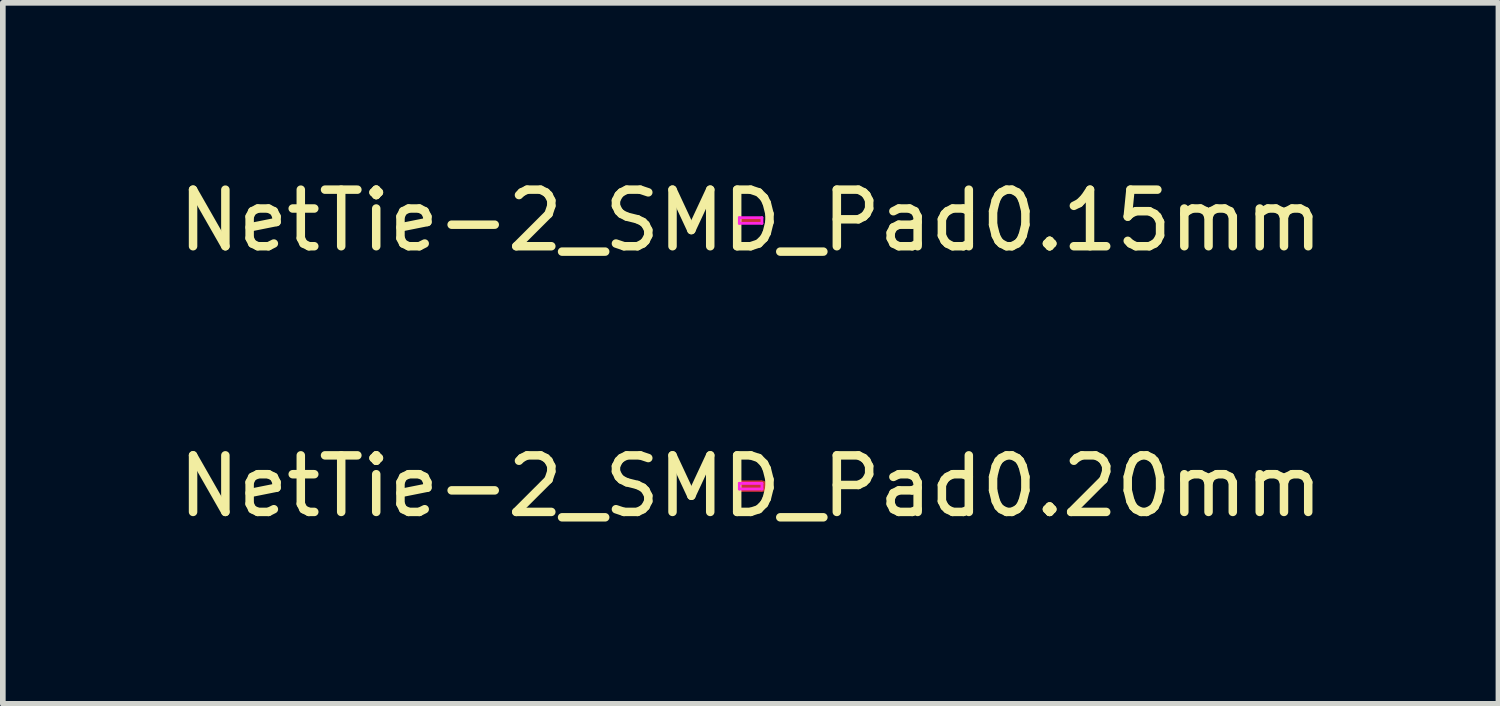
<source format=kicad_pcb>
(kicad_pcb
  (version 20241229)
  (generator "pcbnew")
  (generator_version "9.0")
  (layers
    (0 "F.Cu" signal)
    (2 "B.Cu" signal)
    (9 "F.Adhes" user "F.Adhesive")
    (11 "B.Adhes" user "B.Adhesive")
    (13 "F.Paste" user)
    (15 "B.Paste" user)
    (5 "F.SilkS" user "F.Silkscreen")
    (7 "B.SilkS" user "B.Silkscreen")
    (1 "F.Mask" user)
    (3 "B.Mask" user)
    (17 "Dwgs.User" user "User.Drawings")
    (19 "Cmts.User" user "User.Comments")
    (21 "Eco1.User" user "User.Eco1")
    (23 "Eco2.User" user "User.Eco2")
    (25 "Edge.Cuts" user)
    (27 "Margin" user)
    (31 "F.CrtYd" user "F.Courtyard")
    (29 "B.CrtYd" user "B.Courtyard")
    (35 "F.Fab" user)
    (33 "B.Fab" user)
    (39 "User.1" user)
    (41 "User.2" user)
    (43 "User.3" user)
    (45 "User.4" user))
  (footprint "NetTie-2_SMD_Pad0.15mm"
    (layer "F.Cu")
    (at 10.22 0.848)
    (property "Reference" "NetTie-2_SMD_Pad0.15mm" (at 0 0 0) (layer "F.SilkS") (effects (font (size 1 1) (thickness 0.15))))
    (attr exclude_from_pos_files exclude_from_bom)
    (fp_poly (pts (xy -0.15 -0.045) (xy 0.15 -0.045) (xy 0.15 0.045) (xy -0.15 0.045)) (stroke (width 0.01) (type solid)) (fill yes) (layer "F.Cu"))
    (fp_line (start -0.2 -0.05) (end 0.2 -0.05) (stroke (width 0.05) (type solid)) (layer "F.CrtYd"))
    (fp_line (start -0.2 0.05) (end -0.2 -0.05) (stroke (width 0.05) (type solid)) (layer "F.CrtYd"))
    (fp_line (start 0.2 -0.05) (end 0.2 0.05) (stroke (width 0.05) (type solid)) (layer "F.CrtYd"))
    (fp_line (start 0.2 0.05) (end -0.2 0.05) (stroke (width 0.05) (type solid)) (layer "F.CrtYd"))
    (pad "1" smd circle (at -0.15 0) (size 0.1 0.1) (layers "F.Cu"))
    (pad "2" smd circle (at 0.15 0) (size 0.1 0.1) (layers "F.Cu")))
  (footprint "NetTie-2_SMD_Pad0.20mm"
    (layer "F.Cu")
    (at 10.22 5.545)
    (property "Reference" "NetTie-2_SMD_Pad0.20mm" (at 0 0 0) (layer "F.SilkS") (effects (font (size 1 1) (thickness 0.15))))
    (attr exclude_from_pos_files exclude_from_bom)
    (fp_poly (pts (xy -0.2 -0.095) (xy 0.2 -0.095) (xy 0.2 0.095) (xy -0.2 0.095)) (stroke (width 0.01) (type solid)) (fill yes) (layer "F.Cu"))
    (fp_line (start -0.2 -0.05) (end 0.2 -0.05) (stroke (width 0.05) (type solid)) (layer "F.CrtYd"))
    (fp_line (start -0.2 0.05) (end -0.2 -0.05) (stroke (width 0.05) (type solid)) (layer "F.CrtYd"))
    (fp_line (start 0.2 -0.05) (end 0.2 0.05) (stroke (width 0.05) (type solid)) (layer "F.CrtYd"))
    (fp_line (start 0.2 0.05) (end -0.2 0.05) (stroke (width 0.05) (type solid)) (layer "F.CrtYd"))
    (pad "1" smd circle (at -0.2 0) (size 0.2 0.2) (layers "F.Cu"))
    (pad "2" smd circle (at 0.2 0) (size 0.2 0.2) (layers "F.Cu")))
  (gr_rect
    (start -3 -3)
    (end 23.44 9.393)
    (stroke (width 0.1) (type default))
    (fill no)
    (layer "Edge.Cuts")))
</source>
